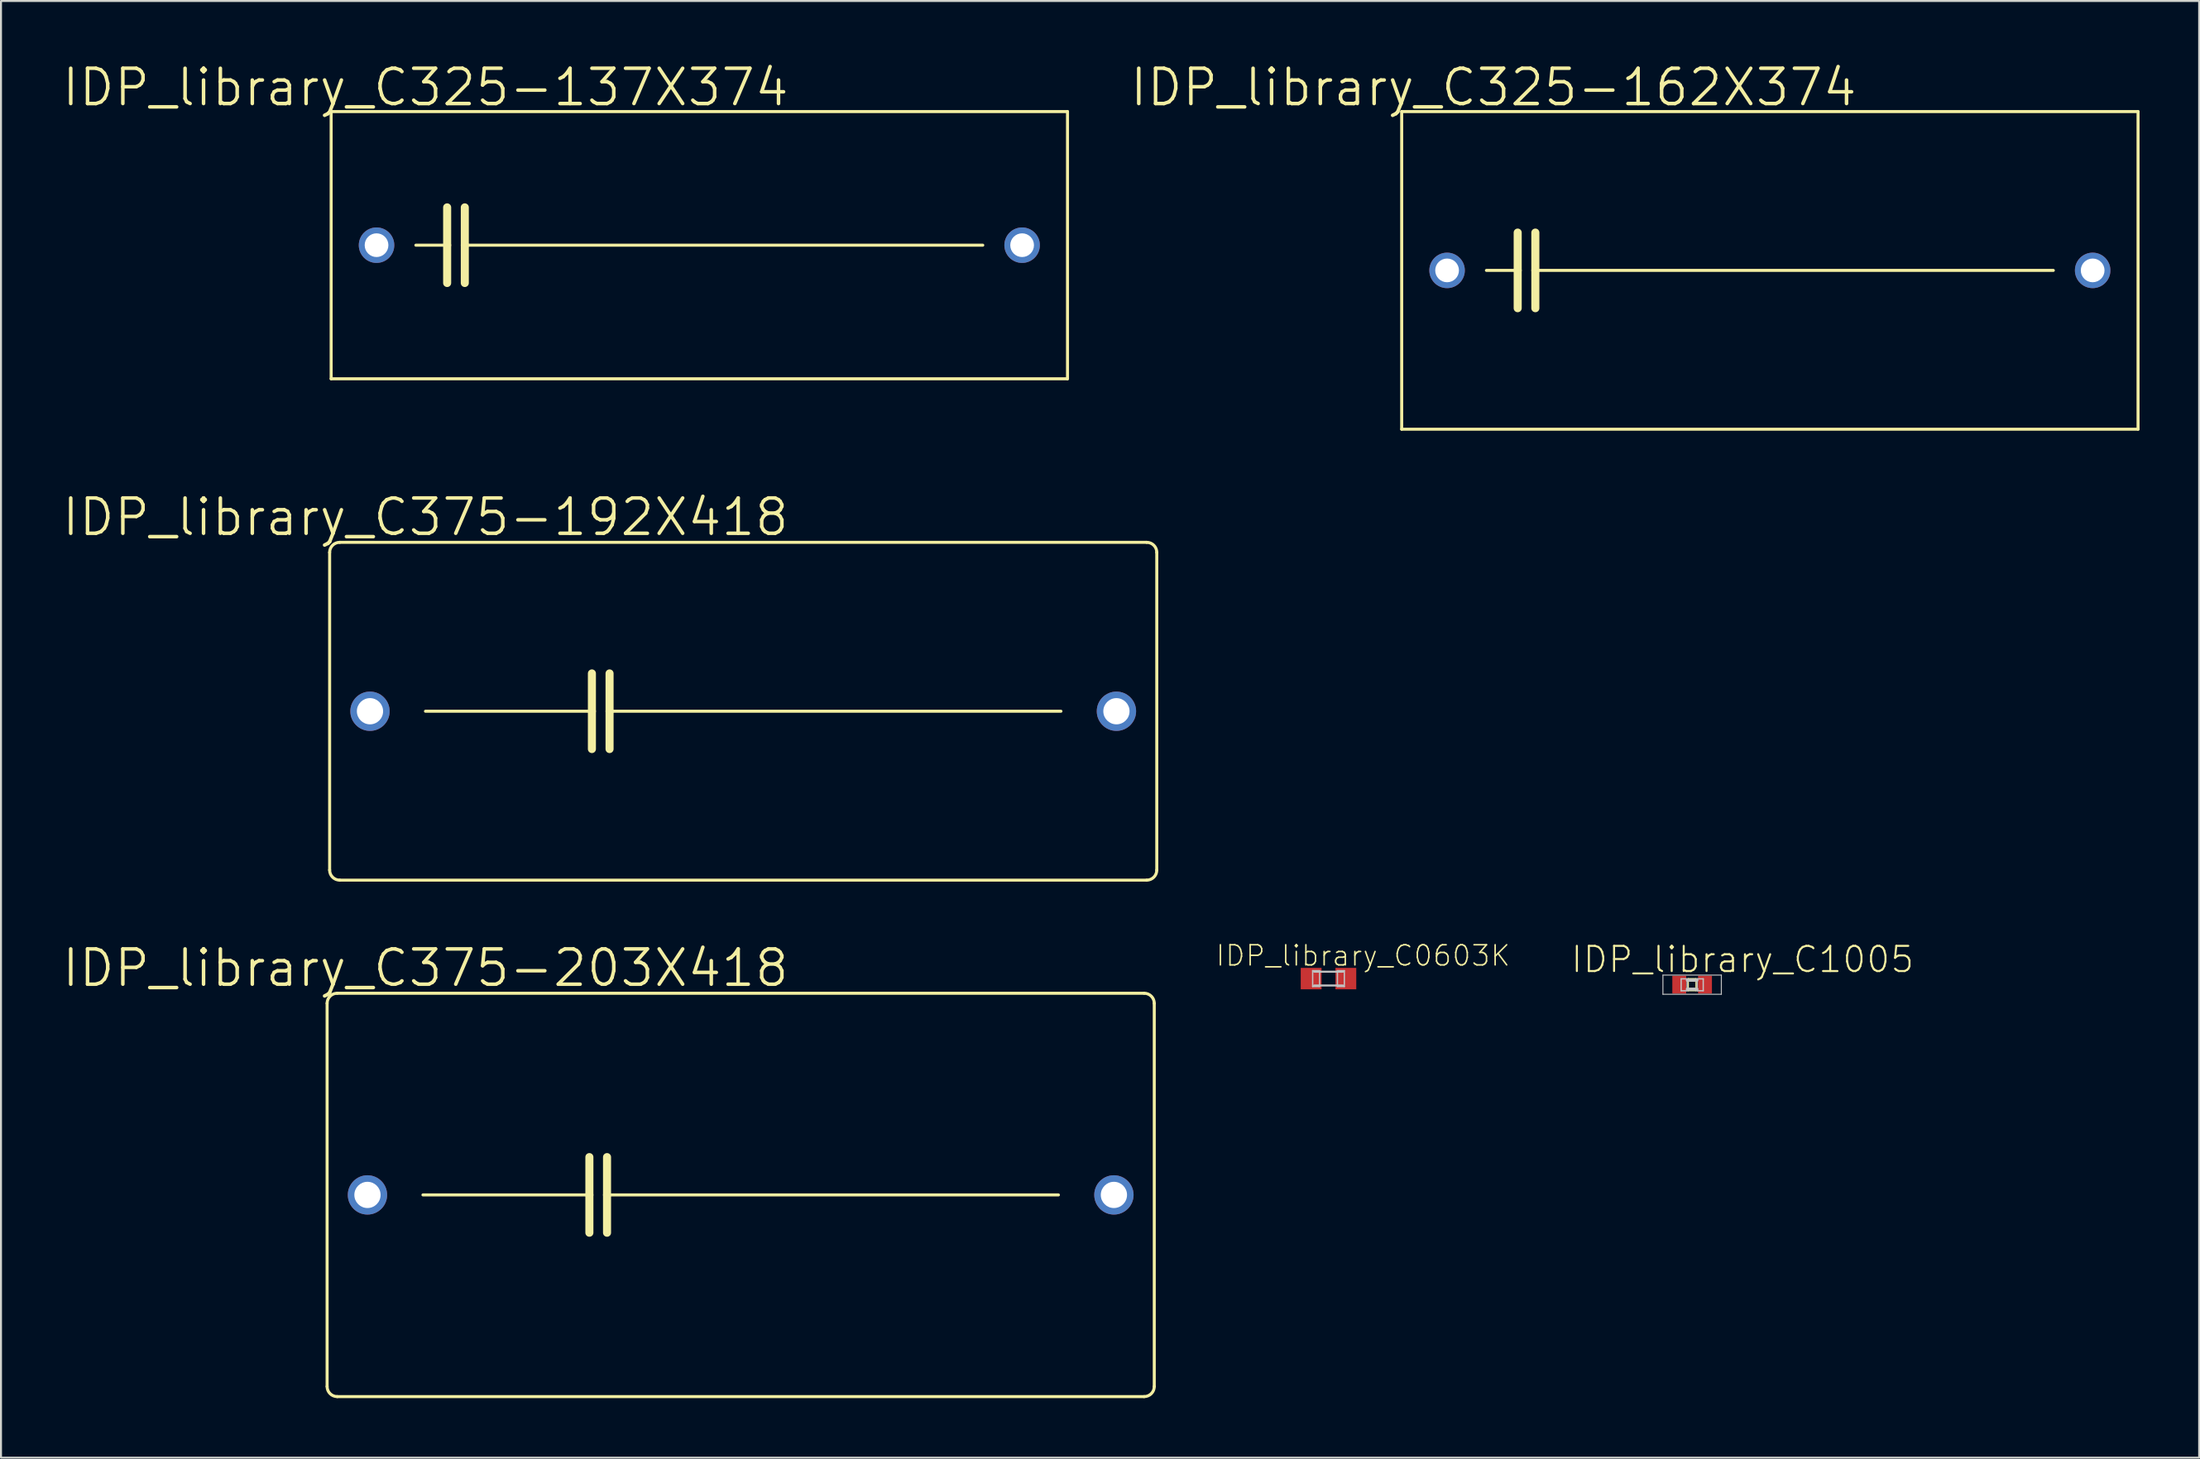
<source format=kicad_pcb>
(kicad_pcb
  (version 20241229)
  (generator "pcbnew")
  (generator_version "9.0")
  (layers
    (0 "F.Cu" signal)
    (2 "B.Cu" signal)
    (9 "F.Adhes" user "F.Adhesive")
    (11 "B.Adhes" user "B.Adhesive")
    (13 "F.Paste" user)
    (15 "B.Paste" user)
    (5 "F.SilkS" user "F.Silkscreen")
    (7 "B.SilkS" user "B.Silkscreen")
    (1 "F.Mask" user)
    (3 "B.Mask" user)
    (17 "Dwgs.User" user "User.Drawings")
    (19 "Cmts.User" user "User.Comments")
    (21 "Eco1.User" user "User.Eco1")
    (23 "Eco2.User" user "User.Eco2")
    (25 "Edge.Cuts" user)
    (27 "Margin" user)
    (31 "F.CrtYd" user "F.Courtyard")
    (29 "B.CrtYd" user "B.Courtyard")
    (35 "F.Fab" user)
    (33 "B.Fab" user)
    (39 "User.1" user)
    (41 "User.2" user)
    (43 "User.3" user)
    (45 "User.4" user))
  (footprint "IDP_library_C325-137X374"
    (layer "F.Cu")
    (at 32.169 9.302)
    (property "Reference" "IDP_library_C325-137X374" (at -13.792 -7.95 0) (layer "F.SilkS") (effects (font (size 1.778 1.778) (thickness 0.178))))
    (attr exclude_from_pos_files exclude_from_bom)
    (fp_line (start -18.542 -6.731) (end -18.542 6.731) (stroke (width 0.152) (type solid)) (layer "F.SilkS"))
    (fp_line (start -18.542 6.731) (end 18.542 6.731) (stroke (width 0.152) (type solid)) (layer "F.SilkS"))
    (fp_line (start -14.275 0) (end -12.7 0) (stroke (width 0.152) (type solid)) (layer "F.SilkS"))
    (fp_line (start -12.7 -1.905) (end -12.7 0) (stroke (width 0.406) (type solid)) (layer "F.SilkS"))
    (fp_line (start -12.7 0) (end -12.7 1.905) (stroke (width 0.406) (type solid)) (layer "F.SilkS"))
    (fp_line (start -11.811 -1.905) (end -11.811 0) (stroke (width 0.406) (type solid)) (layer "F.SilkS"))
    (fp_line (start -11.811 0) (end -11.811 1.905) (stroke (width 0.406) (type solid)) (layer "F.SilkS"))
    (fp_line (start -11.811 0) (end 14.275 0) (stroke (width 0.152) (type solid)) (layer "F.SilkS"))
    (fp_line (start 18.542 -6.731) (end -18.542 -6.731) (stroke (width 0.152) (type solid)) (layer "F.SilkS"))
    (fp_line (start 18.542 -6.731) (end 18.542 6.731) (stroke (width 0.152) (type solid)) (layer "F.SilkS"))
    (pad "1" thru_hole circle (at -16.256 0) (size 1.788 1.788) (drill 1.194) (layers "*.Cu" "*.Paste" "*.Mask"))
    (pad "2" thru_hole circle (at 16.256 0) (size 1.788 1.788) (drill 1.194) (layers "*.Cu" "*.Paste" "*.Mask")))
  (footprint "IDP_library_C325-162X374"
    (layer "F.Cu")
    (at 86.083 10.572)
    (property "Reference" "IDP_library_C325-162X374" (at -13.919 -9.22 0) (layer "F.SilkS") (effects (font (size 1.778 1.778) (thickness 0.178))))
    (attr exclude_from_pos_files exclude_from_bom)
    (fp_line (start -18.542 -8.001) (end -18.542 8.001) (stroke (width 0.152) (type solid)) (layer "F.SilkS"))
    (fp_line (start -18.542 8.001) (end 18.542 8.001) (stroke (width 0.152) (type solid)) (layer "F.SilkS"))
    (fp_line (start -14.275 0) (end -12.7 0) (stroke (width 0.152) (type solid)) (layer "F.SilkS"))
    (fp_line (start -12.7 -1.905) (end -12.7 0) (stroke (width 0.406) (type solid)) (layer "F.SilkS"))
    (fp_line (start -12.7 0) (end -12.7 1.905) (stroke (width 0.406) (type solid)) (layer "F.SilkS"))
    (fp_line (start -11.811 -1.905) (end -11.811 0) (stroke (width 0.406) (type solid)) (layer "F.SilkS"))
    (fp_line (start -11.811 0) (end -11.811 1.905) (stroke (width 0.406) (type solid)) (layer "F.SilkS"))
    (fp_line (start -11.811 0) (end 14.275 0) (stroke (width 0.152) (type solid)) (layer "F.SilkS"))
    (fp_line (start 18.542 -8.001) (end -18.542 -8.001) (stroke (width 0.152) (type solid)) (layer "F.SilkS"))
    (fp_line (start 18.542 -8.001) (end 18.542 8.001) (stroke (width 0.152) (type solid)) (layer "F.SilkS"))
    (pad "1" thru_hole circle (at -16.256 0) (size 1.788 1.788) (drill 1.194) (layers "*.Cu" "*.Paste" "*.Mask"))
    (pad "2" thru_hole circle (at 16.256 0) (size 1.788 1.788) (drill 1.194) (layers "*.Cu" "*.Paste" "*.Mask")))
  (footprint "IDP_library_C375-203X418"
    (layer "F.Cu")
    (at 34.252 57.148)
    (property "Reference" "IDP_library_C375-203X418" (at -15.875 -11.43 0) (layer "F.SilkS") (effects (font (size 1.778 1.778) (thickness 0.178))))
    (attr exclude_from_pos_files exclude_from_bom)
    (fp_line (start -20.828 9.652) (end -20.828 -9.652) (stroke (width 0.152) (type solid)) (layer "F.SilkS"))
    (fp_line (start -20.32 -10.16) (end 20.32 -10.16) (stroke (width 0.152) (type solid)) (layer "F.SilkS"))
    (fp_line (start -16.002 0) (end -7.62 0) (stroke (width 0.152) (type solid)) (layer "F.SilkS"))
    (fp_line (start -7.62 -1.905) (end -7.62 0) (stroke (width 0.406) (type solid)) (layer "F.SilkS"))
    (fp_line (start -7.62 0) (end -7.62 1.905) (stroke (width 0.406) (type solid)) (layer "F.SilkS"))
    (fp_line (start -6.731 -1.905) (end -6.731 0) (stroke (width 0.406) (type solid)) (layer "F.SilkS"))
    (fp_line (start -6.731 0) (end -6.731 1.905) (stroke (width 0.406) (type solid)) (layer "F.SilkS"))
    (fp_line (start -6.731 0) (end 16.002 0) (stroke (width 0.152) (type solid)) (layer "F.SilkS"))
    (fp_line (start 20.32 10.16) (end -20.32 10.16) (stroke (width 0.152) (type solid)) (layer "F.SilkS"))
    (fp_line (start 20.828 -9.652) (end 20.828 9.652) (stroke (width 0.152) (type solid)) (layer "F.SilkS"))
    (fp_arc (start -20.828 -9.652) (mid -20.67921 -10.01121) (end -20.32 -10.16) (stroke (width 0.1524) (type solid)) (layer "F.SilkS"))
    (fp_arc (start -20.32 10.16) (mid -20.67921 10.01121) (end -20.828 9.652) (stroke (width 0.1524) (type solid)) (layer "F.SilkS"))
    (fp_arc (start 20.32 -10.16) (mid 20.67921 -10.01121) (end 20.828 -9.652) (stroke (width 0.1524) (type solid)) (layer "F.SilkS"))
    (fp_arc (start 20.828 9.652) (mid 20.67921 10.01121) (end 20.32 10.16) (stroke (width 0.1524) (type solid)) (layer "F.SilkS"))
    (pad "1" thru_hole circle (at -18.796 0) (size 1.981 1.981) (drill 1.321) (layers "*.Cu" "*.Paste" "*.Mask"))
    (pad "2" thru_hole circle (at 18.796 0) (size 1.981 1.981) (drill 1.321) (layers "*.Cu" "*.Paste" "*.Mask")))
  (footprint "IDP_library_C0603K"
    (layer "F.Cu")
    (at 63.855 46.25)
    (property "Reference" "IDP_library_C0603K" (at 1.74 -1.156 0) (layer "F.SilkS") (effects (font (size 1.016 1.016) (thickness 0.076))))
    (attr smd)
    (fp_line (start -0.798 -0.399) (end -0.45 -0.399) (stroke (width 0.066) (type solid)) (layer "Dwgs.User"))
    (fp_line (start -0.798 0.399) (end -0.798 -0.399) (stroke (width 0.066) (type solid)) (layer "Dwgs.User"))
    (fp_line (start -0.798 0.399) (end -0.45 0.399) (stroke (width 0.066) (type solid)) (layer "Dwgs.User"))
    (fp_line (start -0.724 -0.348) (end 0.724 -0.348) (stroke (width 0.102) (type solid)) (layer "Dwgs.User"))
    (fp_line (start -0.45 0.399) (end -0.45 -0.399) (stroke (width 0.066) (type solid)) (layer "Dwgs.User"))
    (fp_line (start 0.45 -0.399) (end 0.798 -0.399) (stroke (width 0.066) (type solid)) (layer "Dwgs.User"))
    (fp_line (start 0.45 0.399) (end 0.45 -0.399) (stroke (width 0.066) (type solid)) (layer "Dwgs.User"))
    (fp_line (start 0.45 0.399) (end 0.798 0.399) (stroke (width 0.066) (type solid)) (layer "Dwgs.User"))
    (fp_line (start 0.724 0.348) (end -0.724 0.348) (stroke (width 0.102) (type solid)) (layer "Dwgs.User"))
    (fp_line (start 0.798 0.399) (end 0.798 -0.399) (stroke (width 0.066) (type solid)) (layer "Dwgs.User"))
    (pad "1" smd rect (at -0.874 0) (size 1.049 1.079) (layers "F.Cu" "F.Mask" "F.Paste"))
    (pad "2" smd rect (at 0.874 0) (size 1.049 1.079) (layers "F.Cu" "F.Mask" "F.Paste")))
  (footprint "IDP_library_C375-192X418"
    (layer "F.Cu")
    (at 34.379 32.781)
    (property "Reference" "IDP_library_C375-192X418" (at -16.002 -9.779 0) (layer "F.SilkS") (effects (font (size 1.778 1.778) (thickness 0.178))))
    (attr exclude_from_pos_files exclude_from_bom)
    (fp_line (start -20.828 8.001) (end -20.828 -8.001) (stroke (width 0.152) (type solid)) (layer "F.SilkS"))
    (fp_line (start -20.32 -8.509) (end 20.32 -8.509) (stroke (width 0.152) (type solid)) (layer "F.SilkS"))
    (fp_line (start -16.002 0) (end -7.62 0) (stroke (width 0.152) (type solid)) (layer "F.SilkS"))
    (fp_line (start -7.62 -1.905) (end -7.62 0) (stroke (width 0.406) (type solid)) (layer "F.SilkS"))
    (fp_line (start -7.62 0) (end -7.62 1.905) (stroke (width 0.406) (type solid)) (layer "F.SilkS"))
    (fp_line (start -6.731 -1.905) (end -6.731 0) (stroke (width 0.406) (type solid)) (layer "F.SilkS"))
    (fp_line (start -6.731 0) (end -6.731 1.905) (stroke (width 0.406) (type solid)) (layer "F.SilkS"))
    (fp_line (start -6.731 0) (end 16.002 0) (stroke (width 0.152) (type solid)) (layer "F.SilkS"))
    (fp_line (start 20.32 8.509) (end -20.32 8.509) (stroke (width 0.152) (type solid)) (layer "F.SilkS"))
    (fp_line (start 20.828 -8.001) (end 20.828 8.001) (stroke (width 0.152) (type solid)) (layer "F.SilkS"))
    (fp_arc (start -20.828 -8.001) (mid -20.67921 -8.36021) (end -20.32 -8.509) (stroke (width 0.1524) (type solid)) (layer "F.SilkS"))
    (fp_arc (start -20.32 8.509) (mid -20.67921 8.36021) (end -20.828 8.001) (stroke (width 0.1524) (type solid)) (layer "F.SilkS"))
    (fp_arc (start 20.32 -8.509) (mid 20.67921 -8.36021) (end 20.828 -8.001) (stroke (width 0.1524) (type solid)) (layer "F.SilkS"))
    (fp_arc (start 20.828 8.001) (mid 20.67921 8.36021) (end 20.32 8.509) (stroke (width 0.1524) (type solid)) (layer "F.SilkS"))
    (pad "1" thru_hole circle (at -18.796 0) (size 1.981 1.981) (drill 1.321) (layers "*.Cu" "*.Paste" "*.Mask"))
    (pad "2" thru_hole circle (at 18.796 0) (size 1.981 1.981) (drill 1.321) (layers "*.Cu" "*.Paste" "*.Mask")))
  (footprint "IDP_library_C1005"
    (layer "F.Cu")
    (at 82.168 46.557)
    (property "Reference" "IDP_library_C1005" (at 2.54 -1.27 0) (layer "F.SilkS") (effects (font (size 1.27 1.27) (thickness 0.102))))
    (attr smd)
    (fp_line (start -0.198 -0.3) (end 0.198 -0.3) (stroke (width 0.066) (type solid)) (layer "F.SilkS"))
    (fp_line (start -0.198 0.3) (end -0.198 -0.3) (stroke (width 0.066) (type solid)) (layer "F.SilkS"))
    (fp_line (start -0.198 0.3) (end 0.198 0.3) (stroke (width 0.066) (type solid)) (layer "F.SilkS"))
    (fp_line (start 0.198 0.3) (end 0.198 -0.3) (stroke (width 0.066) (type solid)) (layer "F.SilkS"))
    (fp_line (start -1.471 -0.483) (end 1.471 -0.483) (stroke (width 0.051) (type solid)) (layer "Dwgs.User"))
    (fp_line (start -1.471 0.483) (end -1.471 -0.483) (stroke (width 0.051) (type solid)) (layer "Dwgs.User"))
    (fp_line (start -0.554 -0.295) (end -0.254 -0.295) (stroke (width 0.066) (type solid)) (layer "Dwgs.User"))
    (fp_line (start -0.554 0.305) (end -0.554 -0.295) (stroke (width 0.066) (type solid)) (layer "Dwgs.User"))
    (fp_line (start -0.554 0.305) (end -0.254 0.305) (stroke (width 0.066) (type solid)) (layer "Dwgs.User"))
    (fp_line (start -0.254 0.305) (end -0.254 -0.295) (stroke (width 0.066) (type solid)) (layer "Dwgs.User"))
    (fp_line (start -0.244 -0.224) (end 0.244 -0.224) (stroke (width 0.152) (type solid)) (layer "Dwgs.User"))
    (fp_line (start 0.244 0.224) (end -0.244 0.224) (stroke (width 0.152) (type solid)) (layer "Dwgs.User"))
    (fp_line (start 0.257 -0.295) (end 0.559 -0.295) (stroke (width 0.066) (type solid)) (layer "Dwgs.User"))
    (fp_line (start 0.257 0.305) (end 0.257 -0.295) (stroke (width 0.066) (type solid)) (layer "Dwgs.User"))
    (fp_line (start 0.257 0.305) (end 0.559 0.305) (stroke (width 0.066) (type solid)) (layer "Dwgs.User"))
    (fp_line (start 0.559 0.305) (end 0.559 -0.295) (stroke (width 0.066) (type solid)) (layer "Dwgs.User"))
    (fp_line (start 1.471 -0.483) (end 1.471 0.483) (stroke (width 0.051) (type solid)) (layer "Dwgs.User"))
    (fp_line (start 1.471 0.483) (end -1.471 0.483) (stroke (width 0.051) (type solid)) (layer "Dwgs.User"))
    (pad "1" smd rect (at -0.648 0) (size 0.699 0.899) (layers "F.Cu" "F.Mask" "F.Paste"))
    (pad "2" smd rect (at 0.648 0) (size 0.699 0.899) (layers "F.Cu" "F.Mask" "F.Paste")))
  (gr_rect
    (start -3 -3)
    (end 107.702 70.384)
    (stroke (width 0.1) (type default))
    (fill no)
    (layer "Edge.Cuts")))
</source>
